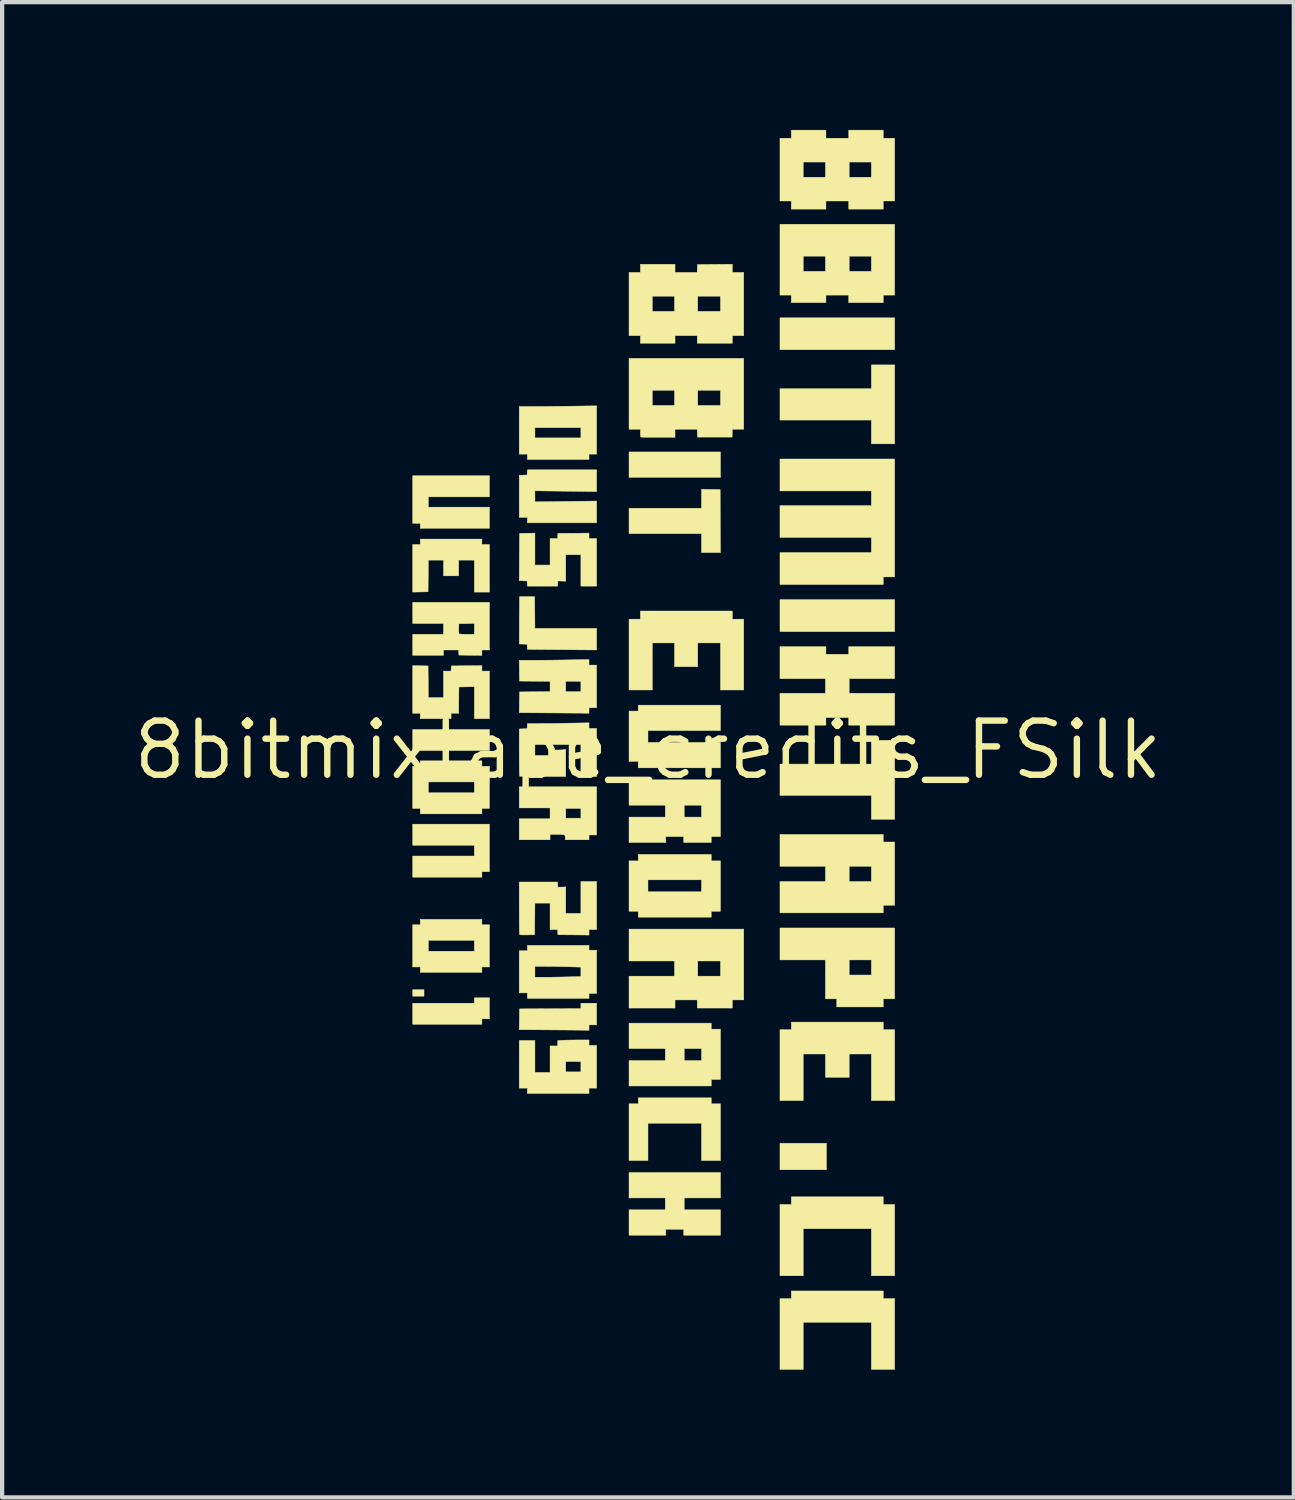
<source format=kicad_pcb>
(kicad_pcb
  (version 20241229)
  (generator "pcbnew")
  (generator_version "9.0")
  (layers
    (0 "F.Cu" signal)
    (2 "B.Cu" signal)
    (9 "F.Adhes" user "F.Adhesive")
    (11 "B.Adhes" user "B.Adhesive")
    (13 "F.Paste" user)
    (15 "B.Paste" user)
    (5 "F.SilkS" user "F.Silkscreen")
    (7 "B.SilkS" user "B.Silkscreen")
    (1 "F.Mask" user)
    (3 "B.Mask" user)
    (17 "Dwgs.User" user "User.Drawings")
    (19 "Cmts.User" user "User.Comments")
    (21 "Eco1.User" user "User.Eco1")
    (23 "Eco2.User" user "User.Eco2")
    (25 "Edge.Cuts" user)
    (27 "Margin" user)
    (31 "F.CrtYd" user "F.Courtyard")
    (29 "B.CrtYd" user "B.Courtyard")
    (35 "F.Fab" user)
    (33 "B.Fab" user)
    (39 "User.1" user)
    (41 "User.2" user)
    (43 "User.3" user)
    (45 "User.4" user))
  (footprint "8bitmixtape_credits_FSilk"
    (layer "F.Cu")
    (at 12.163 14.559)
    (property "Reference" "8bitmixtape_credits_FSilk" (at 0 0 0) (layer "F.SilkS") (effects (font (size 1.27 1.27) (thickness 0.15))))
    (attr through_hole)
    (fp_poly (pts (xy -5.258 5.779) (xy -5.524 5.779) (xy -5.524 5.626) (xy -5.258 5.626) (xy -5.258 5.779)) (stroke (width 0.01) (type solid)) (fill yes) (layer "F.SilkS"))
    (fp_poly (pts (xy -3.721 0.013) (xy -5.524 0.013) (xy -5.524 -0.483) (xy -3.721 -0.483) (xy -3.721 0.013)) (stroke (width 0.01) (type solid)) (fill yes) (layer "F.SilkS"))
    (fp_poly (pts (xy 1.702 -6.401) (xy -0.445 -6.401) (xy -0.445 -6.998) (xy 1.702 -6.998) (xy 1.702 -6.401)) (stroke (width 0.01) (type solid)) (fill yes) (layer "F.SilkS"))
    (fp_poly (pts (xy 4.191 9.855) (xy 3.099 9.855) (xy 3.099 9.233) (xy 4.191 9.233) (xy 4.191 9.855)) (stroke (width 0.01) (type solid)) (fill yes) (layer "F.SilkS"))
    (fp_poly (pts (xy 5.791 -9.398) (xy 3.099 -9.398) (xy 3.099 -10.147) (xy 5.791 -10.147) (xy 5.791 -9.398)) (stroke (width 0.01) (type solid)) (fill yes) (layer "F.SilkS"))
    (fp_poly (pts (xy 5.791 -2.781) (xy 3.099 -2.781) (xy 3.099 -3.531) (xy 5.791 -3.531) (xy 5.791 -2.781)) (stroke (width 0.01) (type solid)) (fill yes) (layer "F.SilkS"))
    (fp_poly (pts (xy -3.721 6.312) (xy -3.899 6.312) (xy -3.899 6.439) (xy -5.524 6.439) (xy -5.524 5.944) (xy -4.077 5.944) (xy -4.077 5.817) (xy -3.721 5.817) (xy -3.721 6.312)) (stroke (width 0.01) (type solid)) (fill yes) (layer "F.SilkS"))
    (fp_poly (pts (xy 1.695 -6.115) (xy 1.702 -4.636) (xy 1.257 -4.636) (xy 1.257 -5.08) (xy -0.445 -5.08) (xy -0.445 -5.677) (xy 1.257 -5.677) (xy 1.257 -6.122) (xy 1.695 -6.115)) (stroke (width 0.01) (type solid)) (fill yes) (layer "F.SilkS"))
    (fp_poly (pts (xy 5.791 -7.188) (xy 5.245 -7.188) (xy 5.245 -7.747) (xy 3.099 -7.747) (xy 3.099 -8.484) (xy 5.245 -8.484) (xy 5.245 -9.042) (xy 5.791 -9.042) (xy 5.791 -7.188)) (stroke (width 0.01) (type solid)) (fill yes) (layer "F.SilkS"))
    (fp_poly (pts (xy 5.791 1.626) (xy 5.245 1.626) (xy 5.245 1.067) (xy 3.099 1.067) (xy 3.099 0.33) (xy 5.245 0.33) (xy 5.245 -0.229) (xy 5.791 -0.229) (xy 5.791 1.626)) (stroke (width 0.01) (type solid)) (fill yes) (layer "F.SilkS"))
    (fp_poly (pts (xy -3.721 -5.944) (xy -5.156 -5.944) (xy -5.156 -5.702) (xy -3.721 -5.702) (xy -3.721 -5.207) (xy -5.347 -5.207) (xy -5.347 -5.321) (xy -5.524 -5.321) (xy -5.524 -6.439) (xy -3.721 -6.439) (xy -3.721 -5.944)) (stroke (width 0.01) (type solid)) (fill yes) (layer "F.SilkS"))
    (fp_poly (pts (xy -3.721 2.857) (xy -3.899 2.857) (xy -3.899 2.985) (xy -5.524 2.985) (xy -5.524 2.489) (xy -4.077 2.489) (xy -4.077 2.235) (xy -5.524 2.235) (xy -5.524 1.74) (xy -3.721 1.74) (xy -3.721 2.857)) (stroke (width 0.01) (type solid)) (fill yes) (layer "F.SilkS"))
    (fp_poly (pts (xy 1.486 8.306) (xy 1.702 8.306) (xy 1.702 9.639) (xy 1.257 9.639) (xy 1.257 8.763) (xy 0 8.763) (xy 0 9.639) (xy -0.445 9.639) (xy -0.445 8.306) (xy -0.229 8.306) (xy -0.229 8.166) (xy 1.486 8.166) (xy 1.486 8.306)) (stroke (width 0.01) (type solid)) (fill yes) (layer "F.SilkS"))
    (fp_poly (pts (xy 1.702 -0.457) (xy 0 -0.457) (xy 0 -0.178) (xy 1.702 -0.178) (xy 1.702 0.419) (xy -0.229 0.419) (xy -0.229 0.267) (xy -0.445 0.267) (xy -0.445 -0.914) (xy -0.229 -0.914) (xy -0.229 -1.054) (xy 1.702 -1.054) (xy 1.702 -0.457)) (stroke (width 0.01) (type solid)) (fill yes) (layer "F.SilkS"))
    (fp_poly (pts (xy 5.524 10.668) (xy 5.791 10.668) (xy 5.791 12.344) (xy 5.245 12.344) (xy 5.245 11.239) (xy 3.645 11.239) (xy 3.645 12.344) (xy 3.099 12.344) (xy 3.099 10.668) (xy 3.365 10.668) (xy 3.365 10.49) (xy 5.524 10.49) (xy 5.524 10.668)) (stroke (width 0.01) (type solid)) (fill yes) (layer "F.SilkS"))
    (fp_poly (pts (xy 5.524 12.878) (xy 5.791 12.878) (xy 5.791 14.541) (xy 5.245 14.541) (xy 5.245 13.437) (xy 3.645 13.437) (xy 3.645 14.541) (xy 3.099 14.541) (xy 3.099 12.878) (xy 3.365 12.878) (xy 3.365 12.7) (xy 5.524 12.7) (xy 5.524 12.878)) (stroke (width 0.01) (type solid)) (fill yes) (layer "F.SilkS"))
    (fp_poly (pts (xy -1.206 -6.067) (xy -2.654 -6.086) (xy -2.654 -5.827) (xy -1.206 -5.846) (xy -1.206 -5.334) (xy -2.832 -5.334) (xy -2.832 -5.461) (xy -3.023 -5.461) (xy -3.023 -6.45) (xy -2.838 -6.458) (xy -2.835 -6.518) (xy -2.831 -6.579) (xy -1.206 -6.579) (xy -1.206 -6.067)) (stroke (width 0.01) (type solid)) (fill yes) (layer "F.SilkS"))
    (fp_poly (pts (xy 5.791 -4.064) (xy 5.524 -4.064) (xy 5.524 -3.886) (xy 3.099 -3.886) (xy 3.099 -4.636) (xy 5.245 -4.636) (xy 5.245 -4.991) (xy 3.099 -4.991) (xy 3.099 -5.74) (xy 5.245 -5.74) (xy 5.245 -6.083) (xy 3.099 -6.083) (xy 3.099 -6.833) (xy 5.791 -6.833) (xy 5.791 -4.064)) (stroke (width 0.01) (type solid)) (fill yes) (layer "F.SilkS"))
    (fp_poly (pts (xy -1.206 6.452) (xy -1.384 6.452) (xy -1.384 6.579) (xy -1.686 6.576) (xy -1.77 6.575) (xy -1.874 6.574) (xy -1.993 6.573) (xy -2.121 6.572) (xy -2.255 6.571) (xy -2.388 6.57) (xy -2.505 6.569) (xy -3.023 6.566) (xy -3.016 6.077) (xy -1.575 6.07) (xy -1.575 5.944) (xy -1.206 5.944) (xy -1.206 6.452)) (stroke (width 0.01) (type solid)) (fill yes) (layer "F.SilkS"))
    (fp_poly (pts (xy 1.702 10.516) (xy 0.851 10.516) (xy 0.851 10.795) (xy 1.702 10.795) (xy 1.702 11.392) (xy 0.838 11.392) (xy 0.838 11.252) (xy 0.419 11.252) (xy 0.419 11.392) (xy -0.445 11.392) (xy -0.445 10.795) (xy 0.406 10.795) (xy 0.406 10.516) (xy -0.445 10.516) (xy -0.445 9.919) (xy 1.702 9.919) (xy 1.702 10.516)) (stroke (width 0.01) (type solid)) (fill yes) (layer "F.SilkS"))
    (fp_poly (pts (xy 1.981 -3.073) (xy 2.248 -3.073) (xy 2.248 -1.41) (xy 1.702 -1.41) (xy 1.702 -2.515) (xy 1.168 -2.515) (xy 1.168 -1.956) (xy 0.622 -1.956) (xy 0.622 -2.515) (xy 0.102 -2.515) (xy 0.102 -1.41) (xy -0.445 -1.41) (xy -0.445 -3.073) (xy -0.178 -3.073) (xy -0.178 -3.264) (xy 1.981 -3.264) (xy 1.981 -3.073)) (stroke (width 0.01) (type solid)) (fill yes) (layer "F.SilkS"))
    (fp_poly (pts (xy 5.524 6.566) (xy 5.791 6.566) (xy 5.791 8.23) (xy 5.245 8.23) (xy 5.245 7.137) (xy 4.724 7.137) (xy 4.724 7.684) (xy 4.166 7.684) (xy 4.166 7.137) (xy 3.645 7.137) (xy 3.645 8.23) (xy 3.099 8.23) (xy 3.099 6.566) (xy 3.365 6.566) (xy 3.365 6.388) (xy 5.524 6.388) (xy 5.524 6.566)) (stroke (width 0.01) (type solid)) (fill yes) (layer "F.SilkS"))
    (fp_poly (pts (xy 5.791 5.842) (xy 5.524 5.842) (xy 5.524 6.032) (xy 4.432 6.032) (xy 4.432 5.842) (xy 4.166 5.842) (xy 4.166 4.928) (xy 4.724 4.928) (xy 4.724 5.283) (xy 5.245 5.283) (xy 5.245 4.928) (xy 4.724 4.928) (xy 4.166 4.928) (xy 3.099 4.928) (xy 3.099 4.178) (xy 5.791 4.178) (xy 5.791 5.842)) (stroke (width 0.01) (type solid)) (fill yes) (layer "F.SilkS"))
    (fp_poly (pts (xy -3.899 -4.826) (xy -3.721 -4.826) (xy -3.721 -3.708) (xy -4.077 -3.708) (xy -4.077 -4.458) (xy -4.445 -4.458) (xy -4.445 -4.089) (xy -4.801 -4.089) (xy -4.801 -4.458) (xy -5.156 -4.458) (xy -5.159 -4.086) (xy -5.163 -3.715) (xy -5.344 -3.711) (xy -5.524 -3.708) (xy -5.524 -4.826) (xy -5.347 -4.826) (xy -5.347 -4.953) (xy -3.899 -4.953) (xy -3.899 -4.826)) (stroke (width 0.01) (type solid)) (fill yes) (layer "F.SilkS"))
    (fp_poly (pts (xy 1.486 6.553) (xy 1.702 6.553) (xy 1.702 7.734) (xy 1.486 7.734) (xy 1.486 7.887) (xy -0.445 7.887) (xy -0.445 7.29) (xy 0.406 7.29) (xy 0.406 7.01) (xy 0.851 7.01) (xy 0.851 7.29) (xy 1.257 7.29) (xy 1.257 7.01) (xy 0.851 7.01) (xy 0.406 7.01) (xy -0.445 7.01) (xy -0.445 6.413) (xy 1.486 6.413) (xy 1.486 6.553)) (stroke (width 0.01) (type solid)) (fill yes) (layer "F.SilkS"))
    (fp_poly (pts (xy 5.524 2.159) (xy 5.791 2.159) (xy 5.791 3.645) (xy 5.524 3.645) (xy 5.524 3.823) (xy 3.099 3.823) (xy 3.099 3.086) (xy 4.166 3.086) (xy 4.166 2.731) (xy 4.724 2.731) (xy 4.724 3.086) (xy 5.245 3.086) (xy 5.245 2.731) (xy 4.724 2.731) (xy 4.166 2.731) (xy 3.099 2.731) (xy 3.099 1.981) (xy 5.524 1.981) (xy 5.524 2.159)) (stroke (width 0.01) (type solid)) (fill yes) (layer "F.SilkS"))
    (fp_poly (pts (xy -3.899 0.381) (xy -3.721 0.381) (xy -3.721 1.372) (xy -3.899 1.372) (xy -3.899 1.499) (xy -5.347 1.499) (xy -5.347 1.372) (xy -5.524 1.372) (xy -5.524 0.749) (xy -5.156 0.749) (xy -5.156 1.003) (xy -4.077 1.003) (xy -4.077 0.749) (xy -5.156 0.749) (xy -5.524 0.749) (xy -5.524 0.381) (xy -5.347 0.381) (xy -5.347 0.254) (xy -3.899 0.254) (xy -3.899 0.381)) (stroke (width 0.01) (type solid)) (fill yes) (layer "F.SilkS"))
    (fp_poly (pts (xy -3.899 4.102) (xy -3.721 4.102) (xy -3.721 5.093) (xy -3.899 5.093) (xy -3.899 5.22) (xy -5.347 5.22) (xy -5.347 5.093) (xy -5.524 5.093) (xy -5.524 4.47) (xy -5.156 4.47) (xy -5.156 4.724) (xy -4.077 4.724) (xy -4.077 4.47) (xy -5.156 4.47) (xy -5.524 4.47) (xy -5.524 4.102) (xy -5.347 4.102) (xy -5.347 3.975) (xy -3.899 3.975) (xy -3.899 4.102)) (stroke (width 0.01) (type solid)) (fill yes) (layer "F.SilkS"))
    (fp_poly (pts (xy -2.657 -3.229) (xy -2.654 -2.857) (xy -1.206 -2.857) (xy -1.206 -2.349) (xy -1.597 -2.352) (xy -1.716 -2.353) (xy -1.853 -2.355) (xy -1.999 -2.356) (xy -2.147 -2.357) (xy -2.287 -2.358) (xy -2.409 -2.359) (xy -2.831 -2.363) (xy -2.835 -2.423) (xy -2.838 -2.483) (xy -2.931 -2.487) (xy -3.023 -2.49) (xy -3.02 -3.045) (xy -3.016 -3.6) (xy -2.661 -3.6) (xy -2.657 -3.229)) (stroke (width 0.01) (type solid)) (fill yes) (layer "F.SilkS"))
    (fp_poly (pts (xy 1.486 2.603) (xy 1.702 2.603) (xy 1.702 3.785) (xy 1.486 3.785) (xy 1.486 3.924) (xy -0.229 3.924) (xy -0.229 3.785) (xy -0.445 3.785) (xy -0.445 3.048) (xy 0 3.048) (xy 0 3.327) (xy 1.257 3.327) (xy 1.257 3.048) (xy 0 3.048) (xy -0.445 3.048) (xy -0.445 2.603) (xy -0.229 2.603) (xy -0.229 2.451) (xy 1.486 2.451) (xy 1.486 2.603)) (stroke (width 0.01) (type solid)) (fill yes) (layer "F.SilkS"))
    (fp_poly (pts (xy 1.702 2.032) (xy 1.486 2.032) (xy 1.486 2.172) (xy 0.838 2.172) (xy 0.838 2.032) (xy 0.419 2.032) (xy 0.419 2.172) (xy -0.445 2.172) (xy -0.445 1.575) (xy 0.406 1.575) (xy 0.406 1.295) (xy 0.851 1.295) (xy 0.851 1.575) (xy 1.257 1.575) (xy 1.257 1.295) (xy 0.851 1.295) (xy 0.406 1.295) (xy -0.445 1.295) (xy -0.445 0.699) (xy 1.702 0.699) (xy 1.702 2.032)) (stroke (width 0.01) (type solid)) (fill yes) (layer "F.SilkS"))
    (fp_poly (pts (xy 2.248 5.867) (xy 1.981 5.867) (xy 1.981 6.058) (xy 1.156 6.058) (xy 1.156 5.867) (xy 0.635 5.867) (xy 0.635 6.058) (xy -0.445 6.058) (xy -0.445 5.309) (xy 0.622 5.309) (xy 0.622 4.953) (xy 1.168 4.953) (xy 1.168 5.309) (xy 1.702 5.309) (xy 1.702 4.953) (xy 1.168 4.953) (xy 0.622 4.953) (xy -0.445 4.953) (xy -0.445 4.204) (xy 2.248 4.204) (xy 2.248 5.867)) (stroke (width 0.01) (type solid)) (fill yes) (layer "F.SilkS"))
    (fp_poly (pts (xy 4.178 -2.248) (xy 4.712 -2.248) (xy 4.712 -2.426) (xy 5.791 -2.426) (xy 5.791 -1.676) (xy 4.724 -1.676) (xy 4.724 -1.333) (xy 5.791 -1.333) (xy 5.791 -0.584) (xy 4.712 -0.584) (xy 4.712 -0.762) (xy 4.178 -0.762) (xy 4.178 -0.584) (xy 3.099 -0.584) (xy 3.099 -1.333) (xy 4.166 -1.333) (xy 4.166 -1.676) (xy 3.099 -1.676) (xy 3.099 -2.426) (xy 4.178 -2.426) (xy 4.178 -2.248)) (stroke (width 0.01) (type solid)) (fill yes) (layer "F.SilkS"))
    (fp_poly (pts (xy -5.163 -1.975) (xy -5.159 -1.603) (xy -5.156 -1.232) (xy -4.801 -1.232) (xy -4.801 -1.854) (xy -4.624 -1.854) (xy -4.616 -1.975) (xy -3.899 -1.982) (xy -3.899 -1.854) (xy -3.721 -1.854) (xy -3.721 -0.737) (xy -4.077 -0.737) (xy -4.077 -1.487) (xy -4.439 -1.48) (xy -4.445 -0.864) (xy -4.623 -0.864) (xy -4.623 -0.737) (xy -5.347 -0.737) (xy -5.347 -0.864) (xy -5.524 -0.864) (xy -5.524 -1.982) (xy -5.163 -1.975)) (stroke (width 0.01) (type solid)) (fill yes) (layer "F.SilkS"))
    (fp_poly (pts (xy -2.654 -4.343) (xy -2.299 -4.343) (xy -2.299 -4.966) (xy -2.122 -4.966) (xy -2.115 -5.086) (xy -1.384 -5.093) (xy -1.384 -4.966) (xy -1.206 -4.966) (xy -1.206 -3.848) (xy -1.575 -3.848) (xy -1.575 -4.585) (xy -1.93 -4.585) (xy -1.93 -3.964) (xy -2.115 -3.969) (xy -2.122 -3.848) (xy -2.831 -3.848) (xy -2.835 -3.908) (xy -2.838 -3.969) (xy -2.931 -3.972) (xy -3.023 -3.976) (xy -3.02 -4.531) (xy -3.016 -5.086) (xy -2.654 -5.093) (xy -2.654 -4.343)) (stroke (width 0.01) (type solid)) (fill yes) (layer "F.SilkS"))
    (fp_poly (pts (xy -1.206 -6.947) (xy -1.384 -6.947) (xy -1.384 -6.82) (xy -2.832 -6.82) (xy -2.832 -6.947) (xy -3.023 -6.947) (xy -3.023 -7.569) (xy -2.654 -7.569) (xy -2.654 -7.328) (xy -1.575 -7.328) (xy -1.575 -7.569) (xy -2.654 -7.569) (xy -3.023 -7.569) (xy -3.023 -8.065) (xy -2.707 -8.065) (xy -2.625 -8.065) (xy -2.523 -8.065) (xy -2.404 -8.066) (xy -2.274 -8.067) (xy -2.137 -8.069) (xy -1.997 -8.07) (xy -1.859 -8.072) (xy -1.799 -8.073) (xy -1.206 -8.081) (xy -1.206 -6.947)) (stroke (width 0.01) (type solid)) (fill yes) (layer "F.SilkS"))
    (fp_poly (pts (xy 5.791 -10.681) (xy 5.524 -10.681) (xy 5.524 -10.503) (xy 4.712 -10.503) (xy 4.712 -10.681) (xy 4.178 -10.681) (xy 4.178 -10.503) (xy 3.365 -10.503) (xy 3.365 -10.681) (xy 3.099 -10.681) (xy 3.099 -11.595) (xy 3.645 -11.595) (xy 3.645 -11.239) (xy 4.166 -11.239) (xy 4.166 -11.595) (xy 4.724 -11.595) (xy 4.724 -11.239) (xy 5.245 -11.239) (xy 5.245 -11.595) (xy 4.724 -11.595) (xy 4.166 -11.595) (xy 3.645 -11.595) (xy 3.099 -11.595) (xy 3.099 -12.344) (xy 5.791 -12.344) (xy 5.791 -10.681)) (stroke (width 0.01) (type solid)) (fill yes) (layer "F.SilkS"))
    (fp_poly (pts (xy -1.206 1.994) (xy -1.384 1.994) (xy -1.384 2.108) (xy -1.943 2.108) (xy -1.943 2.053) (xy -1.945 2.018) (xy -1.952 2) (xy -1.972 1.992) (xy -1.983 1.989) (xy -2.012 1.986) (xy -2.059 1.983) (xy -2.117 1.982) (xy -2.161 1.981) (xy -2.299 1.981) (xy -2.299 2.108) (xy -3.023 2.108) (xy -3.023 1.613) (xy -2.299 1.613) (xy -2.299 1.372) (xy -1.93 1.372) (xy -1.93 1.6) (xy -1.575 1.6) (xy -1.575 1.372) (xy -1.93 1.372) (xy -2.299 1.372) (xy -2.299 1.359) (xy -3.023 1.359) (xy -3.023 0.864) (xy -1.206 0.864) (xy -1.206 1.994)) (stroke (width 0.01) (type solid)) (fill yes) (layer "F.SilkS"))
    (fp_poly (pts (xy -1.384 6.934) (xy -1.206 6.934) (xy -1.206 7.938) (xy -1.384 7.938) (xy -1.384 8.065) (xy -2.832 8.065) (xy -2.832 7.938) (xy -3.023 7.938) (xy -3.023 6.82) (xy -2.654 6.82) (xy -2.654 7.569) (xy -2.299 7.569) (xy -2.299 7.315) (xy -1.93 7.315) (xy -1.93 7.556) (xy -1.575 7.556) (xy -1.575 7.315) (xy -1.93 7.315) (xy -2.299 7.315) (xy -2.299 6.947) (xy -2.121 6.947) (xy -2.121 6.824) (xy -2.024 6.815) (xy -1.981 6.813) (xy -1.918 6.811) (xy -1.842 6.809) (xy -1.756 6.808) (xy -1.669 6.807) (xy -1.655 6.807) (xy -1.384 6.807) (xy -1.384 6.934)) (stroke (width 0.01) (type solid)) (fill yes) (layer "F.SilkS"))
    (fp_poly (pts (xy -3.721 -2.349) (xy -3.899 -2.349) (xy -3.899 -2.222) (xy -4.169 -2.225) (xy -4.439 -2.229) (xy -4.446 -2.349) (xy -4.801 -2.349) (xy -4.801 -2.223) (xy -5.524 -2.223) (xy -5.524 -2.718) (xy -4.801 -2.718) (xy -4.801 -2.807) (xy -4.443 -2.807) (xy -4.443 -2.765) (xy -4.441 -2.739) (xy -4.44 -2.735) (xy -4.431 -2.728) (xy -4.408 -2.723) (xy -4.369 -2.72) (xy -4.311 -2.718) (xy -4.255 -2.718) (xy -4.077 -2.718) (xy -4.077 -2.972) (xy -4.439 -2.965) (xy -4.442 -2.859) (xy -4.443 -2.807) (xy -4.801 -2.807) (xy -4.801 -2.972) (xy -5.524 -2.972) (xy -5.524 -3.467) (xy -3.721 -3.467) (xy -3.721 -2.349)) (stroke (width 0.01) (type solid)) (fill yes) (layer "F.SilkS"))
    (fp_poly (pts (xy -1.384 4.699) (xy -1.206 4.699) (xy -1.206 5.715) (xy -1.384 5.715) (xy -1.384 5.829) (xy -2.832 5.829) (xy -2.832 5.702) (xy -3.023 5.702) (xy -3.023 5.334) (xy -2.654 5.334) (xy -2.429 5.334) (xy -2.347 5.334) (xy -2.248 5.333) (xy -2.138 5.331) (xy -2.026 5.329) (xy -1.919 5.326) (xy -1.889 5.326) (xy -1.575 5.317) (xy -1.575 5.097) (xy -1.889 5.088) (xy -1.993 5.086) (xy -2.105 5.084) (xy -2.216 5.082) (xy -2.319 5.081) (xy -2.407 5.08) (xy -2.429 5.08) (xy -2.654 5.08) (xy -2.654 5.334) (xy -3.023 5.334) (xy -3.023 4.712) (xy -2.832 4.712) (xy -2.832 4.585) (xy -1.384 4.585) (xy -1.384 4.699)) (stroke (width 0.01) (type solid)) (fill yes) (layer "F.SilkS"))
    (fp_poly (pts (xy 4.178 -14.364) (xy 4.712 -14.364) (xy 4.712 -14.554) (xy 5.524 -14.554) (xy 5.524 -14.364) (xy 5.791 -14.364) (xy 5.791 -12.89) (xy 5.524 -12.89) (xy 5.524 -12.7) (xy 4.712 -12.7) (xy 4.712 -12.89) (xy 4.178 -12.89) (xy 4.178 -12.7) (xy 3.365 -12.7) (xy 3.365 -12.89) (xy 3.099 -12.89) (xy 3.099 -13.805) (xy 3.645 -13.805) (xy 3.645 -13.449) (xy 4.166 -13.449) (xy 4.166 -13.805) (xy 4.724 -13.805) (xy 4.724 -13.449) (xy 5.245 -13.449) (xy 5.245 -13.805) (xy 4.724 -13.805) (xy 4.166 -13.805) (xy 3.645 -13.805) (xy 3.099 -13.805) (xy 3.099 -14.364) (xy 3.365 -14.364) (xy 3.365 -14.554) (xy 4.178 -14.554) (xy 4.178 -14.364)) (stroke (width 0.01) (type solid)) (fill yes) (layer "F.SilkS"))
    (fp_poly (pts (xy -1.206 4.216) (xy -1.384 4.216) (xy -1.384 4.344) (xy -1.749 4.34) (xy -2.115 4.337) (xy -2.122 4.216) (xy -2.299 4.216) (xy -2.299 3.594) (xy -2.654 3.594) (xy -2.657 3.966) (xy -2.661 4.337) (xy -2.833 4.341) (xy -2.897 4.341) (xy -2.951 4.341) (xy -2.991 4.339) (xy -3.012 4.336) (xy -3.014 4.335) (xy -3.016 4.321) (xy -3.017 4.284) (xy -3.019 4.227) (xy -3.02 4.151) (xy -3.021 4.061) (xy -3.022 3.957) (xy -3.022 3.843) (xy -3.023 3.721) (xy -3.023 3.099) (xy -2.122 3.099) (xy -2.115 3.219) (xy -2.022 3.217) (xy -1.93 3.214) (xy -1.93 3.835) (xy -1.575 3.835) (xy -1.575 3.086) (xy -1.206 3.086) (xy -1.206 4.216)) (stroke (width 0.01) (type solid)) (fill yes) (layer "F.SilkS"))
    (fp_poly (pts (xy 1.981 -11.214) (xy 2.248 -11.214) (xy 2.248 -9.728) (xy 1.981 -9.728) (xy 1.981 -9.55) (xy 1.156 -9.55) (xy 1.156 -9.728) (xy 0.635 -9.728) (xy 0.635 -9.55) (xy -0.178 -9.55) (xy -0.178 -9.728) (xy -0.445 -9.728) (xy -0.445 -10.655) (xy 0.102 -10.655) (xy 0.102 -10.3) (xy 0.622 -10.3) (xy 0.622 -10.655) (xy 1.168 -10.655) (xy 1.168 -10.3) (xy 1.702 -10.3) (xy 1.702 -10.655) (xy 1.168 -10.655) (xy 0.622 -10.655) (xy 0.102 -10.655) (xy -0.445 -10.655) (xy -0.445 -11.214) (xy -0.178 -11.214) (xy -0.178 -11.405) (xy 0.635 -11.405) (xy 0.635 -11.214) (xy 1.155 -11.214) (xy 1.158 -11.306) (xy 1.162 -11.398) (xy 1.981 -11.405) (xy 1.981 -11.214)) (stroke (width 0.01) (type solid)) (fill yes) (layer "F.SilkS"))
    (fp_poly (pts (xy 2.248 -7.531) (xy 1.982 -7.531) (xy 1.975 -7.347) (xy 1.162 -7.347) (xy 1.158 -7.439) (xy 1.155 -7.531) (xy 0.635 -7.531) (xy 0.635 -7.341) (xy 0.237 -7.341) (xy 0.139 -7.341) (xy 0.049 -7.342) (xy -0.029 -7.343) (xy -0.093 -7.344) (xy -0.14 -7.346) (xy -0.165 -7.348) (xy -0.169 -7.349) (xy -0.174 -7.365) (xy -0.177 -7.399) (xy -0.178 -7.444) (xy -0.178 -7.531) (xy -0.445 -7.531) (xy -0.445 -8.445) (xy 0.102 -8.445) (xy 0.102 -8.09) (xy 0.622 -8.09) (xy 0.622 -8.445) (xy 1.168 -8.445) (xy 1.168 -8.09) (xy 1.702 -8.09) (xy 1.702 -8.445) (xy 1.168 -8.445) (xy 0.622 -8.445) (xy 0.102 -8.445) (xy -0.445 -8.445) (xy -0.445 -9.195) (xy 2.248 -9.195) (xy 2.248 -7.531)) (stroke (width 0.01) (type solid)) (fill yes) (layer "F.SilkS"))
    (fp_poly (pts (xy -1.384 -1.994) (xy -1.206 -1.994) (xy -1.206 -0.991) (xy -1.384 -0.991) (xy -1.384 -0.864) (xy -1.686 -0.867) (xy -1.77 -0.867) (xy -1.874 -0.868) (xy -1.993 -0.869) (xy -2.121 -0.87) (xy -2.255 -0.871) (xy -2.388 -0.872) (xy -2.505 -0.873) (xy -3.023 -0.877) (xy -3.016 -1.365) (xy -2.299 -1.372) (xy -2.299 -1.613) (xy -2.341 -1.613) (xy -1.93 -1.613) (xy -1.93 -1.372) (xy -1.575 -1.372) (xy -1.575 -1.613) (xy -1.93 -1.613) (xy -2.341 -1.613) (xy -2.657 -1.616) (xy -3.016 -1.619) (xy -3.02 -1.864) (xy -3.023 -2.108) (xy -2.663 -2.108) (xy -2.558 -2.108) (xy -2.434 -2.109) (xy -2.298 -2.11) (xy -2.157 -2.112) (xy -2.018 -2.114) (xy -1.886 -2.116) (xy -1.844 -2.117) (xy -1.384 -2.125) (xy -1.384 -1.994)) (stroke (width 0.01) (type solid)) (fill yes) (layer "F.SilkS"))
    (fp_poly (pts (xy -1.384 -0.508) (xy -1.206 -0.508) (xy -1.206 0.622) (xy -1.575 0.622) (xy -1.575 -0.127) (xy -2.654 -0.127) (xy -2.654 0.127) (xy -2.299 0.127) (xy -2.299 0) (xy -2.162 -0.00014) (xy -2.1 -0.001) (xy -2.043 -0.003) (xy -1.997 -0.006) (xy -1.978 -0.008) (xy -1.93 -0.016) (xy -1.93 0.622) (xy -2.468 0.622) (xy -2.583 0.622) (xy -2.689 0.622) (xy -2.785 0.621) (xy -2.868 0.62) (xy -2.934 0.618) (xy -2.983 0.617) (xy -3.009 0.615) (xy -3.014 0.614) (xy -3.016 0.6) (xy -3.018 0.563) (xy -3.019 0.506) (xy -3.02 0.431) (xy -3.021 0.342) (xy -3.022 0.241) (xy -3.023 0.13) (xy -3.023 0.056) (xy -3.023 -0.494) (xy -2.838 -0.502) (xy -2.835 -0.562) (xy -2.831 -0.622) (xy -2.567 -0.622) (xy -2.488 -0.623) (xy -2.39 -0.623) (xy -2.277 -0.624) (xy -2.155 -0.626) (xy -2.03 -0.628) (xy -1.906 -0.63) (xy -1.844 -0.631) (xy -1.384 -0.639) (xy -1.384 -0.508)) (stroke (width 0.01) (type solid)) (fill yes) (layer "F.SilkS")))
  (gr_rect
    (start -3 -3)
    (end 27.326 32.106)
    (stroke (width 0.1) (type default))
    (fill no)
    (layer "Edge.Cuts")))
</source>
